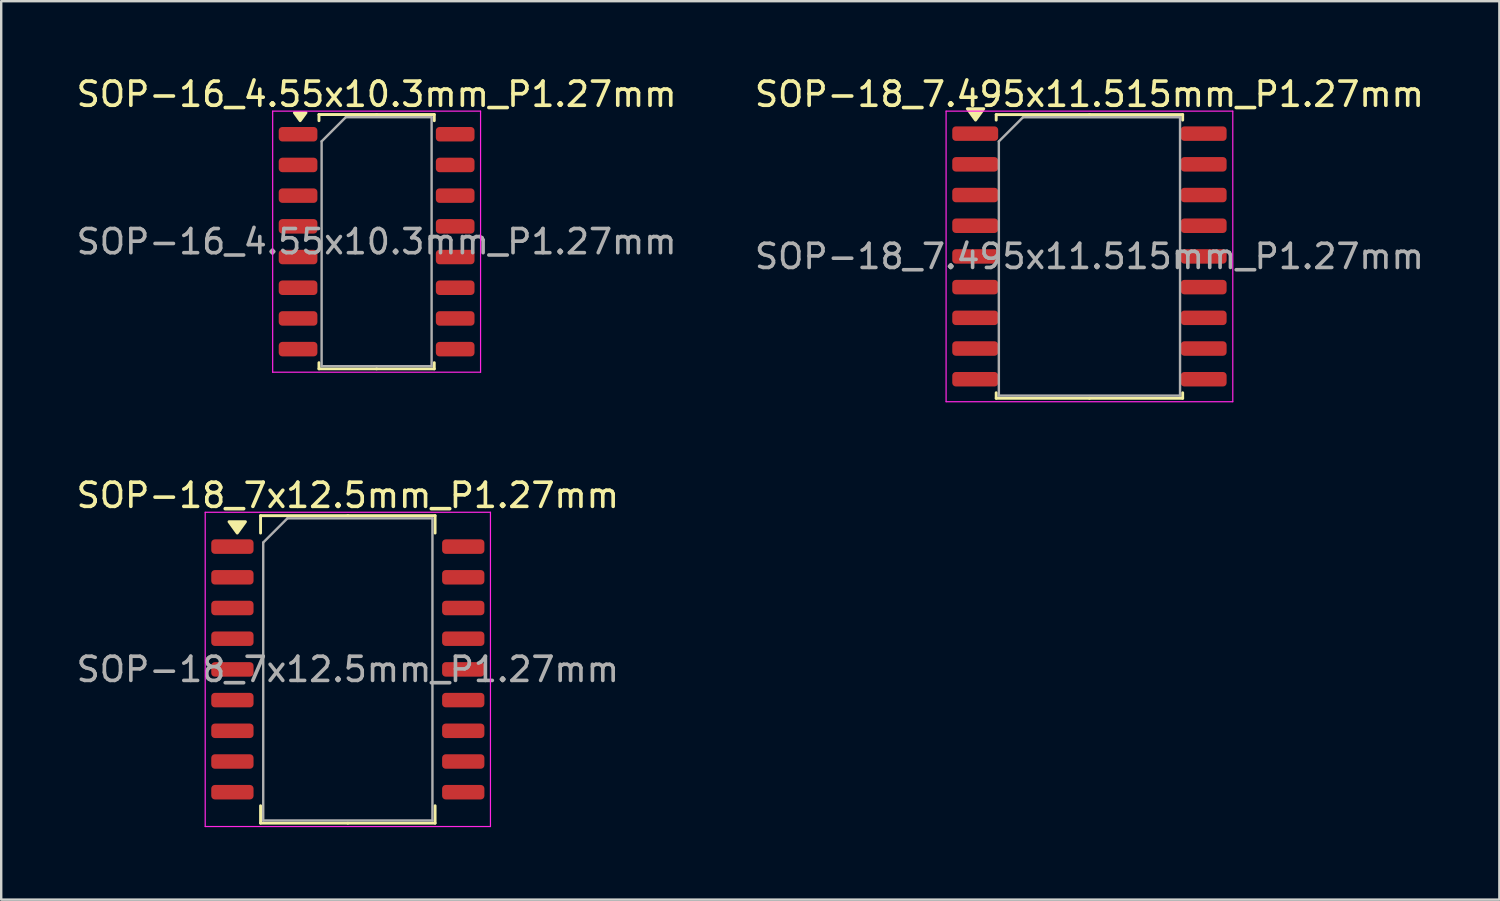
<source format=kicad_pcb>
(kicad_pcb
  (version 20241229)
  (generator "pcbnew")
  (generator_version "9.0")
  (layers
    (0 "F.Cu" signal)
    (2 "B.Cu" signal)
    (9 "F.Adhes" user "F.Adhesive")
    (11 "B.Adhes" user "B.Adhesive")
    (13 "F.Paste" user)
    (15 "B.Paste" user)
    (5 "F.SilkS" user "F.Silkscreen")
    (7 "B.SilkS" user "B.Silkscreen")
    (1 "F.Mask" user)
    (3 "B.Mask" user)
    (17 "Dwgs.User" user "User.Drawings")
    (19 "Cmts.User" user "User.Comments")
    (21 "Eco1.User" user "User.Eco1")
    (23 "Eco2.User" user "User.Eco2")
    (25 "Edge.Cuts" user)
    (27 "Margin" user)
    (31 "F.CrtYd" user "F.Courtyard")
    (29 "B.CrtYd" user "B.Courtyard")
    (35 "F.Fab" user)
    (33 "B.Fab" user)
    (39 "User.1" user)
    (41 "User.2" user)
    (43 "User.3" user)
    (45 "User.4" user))
  (footprint "SOP-18_7.495x11.515mm_P1.27mm"
    (layer "F.Cu")
    (at 42.018 7.558)
    (property "Reference" "SOP-18_7.495x11.515mm_P1.27mm" (at 0 -6.71 0) (layer "F.SilkS") (effects (font (size 1 1) (thickness 0.15))))
    (attr smd)
    (fp_line (start -3.857 -5.867) (end -3.857 -5.64) (stroke (width 0.12) (type solid)) (layer "F.SilkS"))
    (fp_line (start -3.857 5.867) (end -3.857 5.64) (stroke (width 0.12) (type solid)) (layer "F.SilkS"))
    (fp_line (start 0 -5.867) (end -3.857 -5.867) (stroke (width 0.12) (type solid)) (layer "F.SilkS"))
    (fp_line (start 0 -5.867) (end 3.857 -5.867) (stroke (width 0.12) (type solid)) (layer "F.SilkS"))
    (fp_line (start 0 5.867) (end -3.857 5.867) (stroke (width 0.12) (type solid)) (layer "F.SilkS"))
    (fp_line (start 0 5.867) (end 3.857 5.867) (stroke (width 0.12) (type solid)) (layer "F.SilkS"))
    (fp_line (start 3.857 -5.867) (end 3.857 -5.64) (stroke (width 0.12) (type solid)) (layer "F.SilkS"))
    (fp_line (start 3.857 5.867) (end 3.857 5.64) (stroke (width 0.12) (type solid)) (layer "F.SilkS"))
    (fp_poly (pts (xy -4.711 -5.64) (xy -5.051 -6.11) (xy -4.371 -6.11) (xy -4.711 -5.64)) (stroke (width 0.12) (type solid)) (fill yes) (layer "F.SilkS"))
    (fp_line (start -5.93 -6.01) (end -5.93 6.01) (stroke (width 0.05) (type solid)) (layer "F.CrtYd"))
    (fp_line (start -5.93 6.01) (end 5.93 6.01) (stroke (width 0.05) (type solid)) (layer "F.CrtYd"))
    (fp_line (start 5.93 -6.01) (end -5.93 -6.01) (stroke (width 0.05) (type solid)) (layer "F.CrtYd"))
    (fp_line (start 5.93 6.01) (end 5.93 -6.01) (stroke (width 0.05) (type solid)) (layer "F.CrtYd"))
    (fp_line (start -3.748 -4.758) (end -2.748 -5.758) (stroke (width 0.1) (type solid)) (layer "F.Fab"))
    (fp_line (start -3.748 5.758) (end -3.748 -4.758) (stroke (width 0.1) (type solid)) (layer "F.Fab"))
    (fp_line (start -2.748 -5.758) (end 3.748 -5.758) (stroke (width 0.1) (type solid)) (layer "F.Fab"))
    (fp_line (start 3.748 -5.758) (end 3.748 5.758) (stroke (width 0.1) (type solid)) (layer "F.Fab"))
    (fp_line (start 3.748 5.758) (end -3.748 5.758) (stroke (width 0.1) (type solid)) (layer "F.Fab"))
    (fp_text user "${REFERENCE}" (at 0 0 0) (layer "F.Fab") (effects (font (size 1 1) (thickness 0.15))))
    (pad "1" smd roundrect (at -4.725 -5.08) (size 1.9 0.6) (layers "F.Cu" "F.Mask" "F.Paste") (roundrect_rratio 0.25))
    (pad "2" smd roundrect (at -4.725 -3.81) (size 1.9 0.6) (layers "F.Cu" "F.Mask" "F.Paste") (roundrect_rratio 0.25))
    (pad "3" smd roundrect (at -4.725 -2.54) (size 1.9 0.6) (layers "F.Cu" "F.Mask" "F.Paste") (roundrect_rratio 0.25))
    (pad "4" smd roundrect (at -4.725 -1.27) (size 1.9 0.6) (layers "F.Cu" "F.Mask" "F.Paste") (roundrect_rratio 0.25))
    (pad "5" smd roundrect (at -4.725 0) (size 1.9 0.6) (layers "F.Cu" "F.Mask" "F.Paste") (roundrect_rratio 0.25))
    (pad "6" smd roundrect (at -4.725 1.27) (size 1.9 0.6) (layers "F.Cu" "F.Mask" "F.Paste") (roundrect_rratio 0.25))
    (pad "7" smd roundrect (at -4.725 2.54) (size 1.9 0.6) (layers "F.Cu" "F.Mask" "F.Paste") (roundrect_rratio 0.25))
    (pad "8" smd roundrect (at -4.725 3.81) (size 1.9 0.6) (layers "F.Cu" "F.Mask" "F.Paste") (roundrect_rratio 0.25))
    (pad "9" smd roundrect (at -4.725 5.08) (size 1.9 0.6) (layers "F.Cu" "F.Mask" "F.Paste") (roundrect_rratio 0.25))
    (pad "10" smd roundrect (at 4.725 5.08) (size 1.9 0.6) (layers "F.Cu" "F.Mask" "F.Paste") (roundrect_rratio 0.25))
    (pad "11" smd roundrect (at 4.725 3.81) (size 1.9 0.6) (layers "F.Cu" "F.Mask" "F.Paste") (roundrect_rratio 0.25))
    (pad "12" smd roundrect (at 4.725 2.54) (size 1.9 0.6) (layers "F.Cu" "F.Mask" "F.Paste") (roundrect_rratio 0.25))
    (pad "13" smd roundrect (at 4.725 1.27) (size 1.9 0.6) (layers "F.Cu" "F.Mask" "F.Paste") (roundrect_rratio 0.25))
    (pad "14" smd roundrect (at 4.725 0) (size 1.9 0.6) (layers "F.Cu" "F.Mask" "F.Paste") (roundrect_rratio 0.25))
    (pad "15" smd roundrect (at 4.725 -1.27) (size 1.9 0.6) (layers "F.Cu" "F.Mask" "F.Paste") (roundrect_rratio 0.25))
    (pad "16" smd roundrect (at 4.725 -2.54) (size 1.9 0.6) (layers "F.Cu" "F.Mask" "F.Paste") (roundrect_rratio 0.25))
    (pad "17" smd roundrect (at 4.725 -3.81) (size 1.9 0.6) (layers "F.Cu" "F.Mask" "F.Paste") (roundrect_rratio 0.25))
    (pad "18" smd roundrect (at 4.725 -5.08) (size 1.9 0.6) (layers "F.Cu" "F.Mask" "F.Paste") (roundrect_rratio 0.25)))
  (footprint "SOP-16_4.55x10.3mm_P1.27mm"
    (layer "F.Cu")
    (at 12.53 6.948)
    (property "Reference" "SOP-16_4.55x10.3mm_P1.27mm" (at 0 -6.1 0) (layer "F.SilkS") (effects (font (size 1 1) (thickness 0.15))))
    (attr smd)
    (fp_line (start -2.385 -5.26) (end -2.385 -5.005) (stroke (width 0.12) (type solid)) (layer "F.SilkS"))
    (fp_line (start -2.385 5.26) (end -2.385 5.005) (stroke (width 0.12) (type solid)) (layer "F.SilkS"))
    (fp_line (start 0 -5.26) (end -2.385 -5.26) (stroke (width 0.12) (type solid)) (layer "F.SilkS"))
    (fp_line (start 0 -5.26) (end 2.385 -5.26) (stroke (width 0.12) (type solid)) (layer "F.SilkS"))
    (fp_line (start 0 5.26) (end -2.385 5.26) (stroke (width 0.12) (type solid)) (layer "F.SilkS"))
    (fp_line (start 0 5.26) (end 2.385 5.26) (stroke (width 0.12) (type solid)) (layer "F.SilkS"))
    (fp_line (start 2.385 -5.26) (end 2.385 -5.005) (stroke (width 0.12) (type solid)) (layer "F.SilkS"))
    (fp_line (start 2.385 5.26) (end 2.385 5.005) (stroke (width 0.12) (type solid)) (layer "F.SilkS"))
    (fp_poly (pts (xy -3.163 -5.005) (xy -3.402 -5.335) (xy -2.922 -5.335) (xy -3.163 -5.005)) (stroke (width 0.12) (type solid)) (fill yes) (layer "F.SilkS"))
    (fp_line (start -4.3 -5.4) (end -4.3 5.4) (stroke (width 0.05) (type solid)) (layer "F.CrtYd"))
    (fp_line (start -4.3 5.4) (end 4.3 5.4) (stroke (width 0.05) (type solid)) (layer "F.CrtYd"))
    (fp_line (start 4.3 -5.4) (end -4.3 -5.4) (stroke (width 0.05) (type solid)) (layer "F.CrtYd"))
    (fp_line (start 4.3 5.4) (end 4.3 -5.4) (stroke (width 0.05) (type solid)) (layer "F.CrtYd"))
    (fp_line (start -2.275 -4.15) (end -1.275 -5.15) (stroke (width 0.1) (type solid)) (layer "F.Fab"))
    (fp_line (start -2.275 5.15) (end -2.275 -4.15) (stroke (width 0.1) (type solid)) (layer "F.Fab"))
    (fp_line (start -1.275 -5.15) (end 2.275 -5.15) (stroke (width 0.1) (type solid)) (layer "F.Fab"))
    (fp_line (start 2.275 -5.15) (end 2.275 5.15) (stroke (width 0.1) (type solid)) (layer "F.Fab"))
    (fp_line (start 2.275 5.15) (end -2.275 5.15) (stroke (width 0.1) (type solid)) (layer "F.Fab"))
    (fp_text user "${REFERENCE}" (at 0 0 0) (layer "F.Fab") (effects (font (size 1 1) (thickness 0.15))))
    (pad "1" smd roundrect (at -3.25 -4.445) (size 1.6 0.6) (layers "F.Cu" "F.Mask" "F.Paste") (roundrect_rratio 0.25))
    (pad "2" smd roundrect (at -3.25 -3.175) (size 1.6 0.6) (layers "F.Cu" "F.Mask" "F.Paste") (roundrect_rratio 0.25))
    (pad "3" smd roundrect (at -3.25 -1.905) (size 1.6 0.6) (layers "F.Cu" "F.Mask" "F.Paste") (roundrect_rratio 0.25))
    (pad "4" smd roundrect (at -3.25 -0.635) (size 1.6 0.6) (layers "F.Cu" "F.Mask" "F.Paste") (roundrect_rratio 0.25))
    (pad "5" smd roundrect (at -3.25 0.635) (size 1.6 0.6) (layers "F.Cu" "F.Mask" "F.Paste") (roundrect_rratio 0.25))
    (pad "6" smd roundrect (at -3.25 1.905) (size 1.6 0.6) (layers "F.Cu" "F.Mask" "F.Paste") (roundrect_rratio 0.25))
    (pad "7" smd roundrect (at -3.25 3.175) (size 1.6 0.6) (layers "F.Cu" "F.Mask" "F.Paste") (roundrect_rratio 0.25))
    (pad "8" smd roundrect (at -3.25 4.445) (size 1.6 0.6) (layers "F.Cu" "F.Mask" "F.Paste") (roundrect_rratio 0.25))
    (pad "9" smd roundrect (at 3.25 4.445) (size 1.6 0.6) (layers "F.Cu" "F.Mask" "F.Paste") (roundrect_rratio 0.25))
    (pad "10" smd roundrect (at 3.25 3.175) (size 1.6 0.6) (layers "F.Cu" "F.Mask" "F.Paste") (roundrect_rratio 0.25))
    (pad "11" smd roundrect (at 3.25 1.905) (size 1.6 0.6) (layers "F.Cu" "F.Mask" "F.Paste") (roundrect_rratio 0.25))
    (pad "12" smd roundrect (at 3.25 0.635) (size 1.6 0.6) (layers "F.Cu" "F.Mask" "F.Paste") (roundrect_rratio 0.25))
    (pad "13" smd roundrect (at 3.25 -0.635) (size 1.6 0.6) (layers "F.Cu" "F.Mask" "F.Paste") (roundrect_rratio 0.25))
    (pad "14" smd roundrect (at 3.25 -1.905) (size 1.6 0.6) (layers "F.Cu" "F.Mask" "F.Paste") (roundrect_rratio 0.25))
    (pad "15" smd roundrect (at 3.25 -3.175) (size 1.6 0.6) (layers "F.Cu" "F.Mask" "F.Paste") (roundrect_rratio 0.25))
    (pad "16" smd roundrect (at 3.25 -4.445) (size 1.6 0.6) (layers "F.Cu" "F.Mask" "F.Paste") (roundrect_rratio 0.25)))
  (footprint "SOP-18_7x12.5mm_P1.27mm"
    (layer "F.Cu")
    (at 11.339 24.642)
    (property "Reference" "SOP-18_7x12.5mm_P1.27mm" (at 0 -7.2 0) (layer "F.SilkS") (effects (font (size 1 1) (thickness 0.15))))
    (attr smd)
    (fp_line (start -3.61 -6.36) (end -3.61 -5.64) (stroke (width 0.12) (type solid)) (layer "F.SilkS"))
    (fp_line (start -3.61 6.36) (end -3.61 5.64) (stroke (width 0.12) (type solid)) (layer "F.SilkS"))
    (fp_line (start 0 -6.36) (end -3.61 -6.36) (stroke (width 0.12) (type solid)) (layer "F.SilkS"))
    (fp_line (start 0 -6.36) (end 3.61 -6.36) (stroke (width 0.12) (type solid)) (layer "F.SilkS"))
    (fp_line (start 0 6.36) (end -3.61 6.36) (stroke (width 0.12) (type solid)) (layer "F.SilkS"))
    (fp_line (start 0 6.36) (end 3.61 6.36) (stroke (width 0.12) (type solid)) (layer "F.SilkS"))
    (fp_line (start 3.61 -6.36) (end 3.61 -5.64) (stroke (width 0.12) (type solid)) (layer "F.SilkS"))
    (fp_line (start 3.61 6.36) (end 3.61 5.64) (stroke (width 0.12) (type solid)) (layer "F.SilkS"))
    (fp_poly (pts (xy -4.575 -5.64) (xy -4.915 -6.11) (xy -4.235 -6.11) (xy -4.575 -5.64)) (stroke (width 0.12) (type solid)) (fill yes) (layer "F.SilkS"))
    (fp_line (start -5.9 -6.5) (end -5.9 6.5) (stroke (width 0.05) (type solid)) (layer "F.CrtYd"))
    (fp_line (start -5.9 6.5) (end 5.9 6.5) (stroke (width 0.05) (type solid)) (layer "F.CrtYd"))
    (fp_line (start 5.9 -6.5) (end -5.9 -6.5) (stroke (width 0.05) (type solid)) (layer "F.CrtYd"))
    (fp_line (start 5.9 6.5) (end 5.9 -6.5) (stroke (width 0.05) (type solid)) (layer "F.CrtYd"))
    (fp_line (start -3.5 -5.25) (end -2.5 -6.25) (stroke (width 0.1) (type solid)) (layer "F.Fab"))
    (fp_line (start -3.5 6.25) (end -3.5 -5.25) (stroke (width 0.1) (type solid)) (layer "F.Fab"))
    (fp_line (start -2.5 -6.25) (end 3.5 -6.25) (stroke (width 0.1) (type solid)) (layer "F.Fab"))
    (fp_line (start 3.5 -6.25) (end 3.5 6.25) (stroke (width 0.1) (type solid)) (layer "F.Fab"))
    (fp_line (start 3.5 6.25) (end -3.5 6.25) (stroke (width 0.1) (type solid)) (layer "F.Fab"))
    (fp_text user "${REFERENCE}" (at 0 0 0) (layer "F.Fab") (effects (font (size 1 1) (thickness 0.15))))
    (pad "1" smd roundrect (at -4.775 -5.08) (size 1.75 0.6) (layers "F.Cu" "F.Mask" "F.Paste") (roundrect_rratio 0.25))
    (pad "2" smd roundrect (at -4.775 -3.81) (size 1.75 0.6) (layers "F.Cu" "F.Mask" "F.Paste") (roundrect_rratio 0.25))
    (pad "3" smd roundrect (at -4.775 -2.54) (size 1.75 0.6) (layers "F.Cu" "F.Mask" "F.Paste") (roundrect_rratio 0.25))
    (pad "4" smd roundrect (at -4.775 -1.27) (size 1.75 0.6) (layers "F.Cu" "F.Mask" "F.Paste") (roundrect_rratio 0.25))
    (pad "5" smd roundrect (at -4.775 0) (size 1.75 0.6) (layers "F.Cu" "F.Mask" "F.Paste") (roundrect_rratio 0.25))
    (pad "6" smd roundrect (at -4.775 1.27) (size 1.75 0.6) (layers "F.Cu" "F.Mask" "F.Paste") (roundrect_rratio 0.25))
    (pad "7" smd roundrect (at -4.775 2.54) (size 1.75 0.6) (layers "F.Cu" "F.Mask" "F.Paste") (roundrect_rratio 0.25))
    (pad "8" smd roundrect (at -4.775 3.81) (size 1.75 0.6) (layers "F.Cu" "F.Mask" "F.Paste") (roundrect_rratio 0.25))
    (pad "9" smd roundrect (at -4.775 5.08) (size 1.75 0.6) (layers "F.Cu" "F.Mask" "F.Paste") (roundrect_rratio 0.25))
    (pad "10" smd roundrect (at 4.775 5.08) (size 1.75 0.6) (layers "F.Cu" "F.Mask" "F.Paste") (roundrect_rratio 0.25))
    (pad "11" smd roundrect (at 4.775 3.81) (size 1.75 0.6) (layers "F.Cu" "F.Mask" "F.Paste") (roundrect_rratio 0.25))
    (pad "12" smd roundrect (at 4.775 2.54) (size 1.75 0.6) (layers "F.Cu" "F.Mask" "F.Paste") (roundrect_rratio 0.25))
    (pad "13" smd roundrect (at 4.775 1.27) (size 1.75 0.6) (layers "F.Cu" "F.Mask" "F.Paste") (roundrect_rratio 0.25))
    (pad "14" smd roundrect (at 4.775 0) (size 1.75 0.6) (layers "F.Cu" "F.Mask" "F.Paste") (roundrect_rratio 0.25))
    (pad "15" smd roundrect (at 4.775 -1.27) (size 1.75 0.6) (layers "F.Cu" "F.Mask" "F.Paste") (roundrect_rratio 0.25))
    (pad "16" smd roundrect (at 4.775 -2.54) (size 1.75 0.6) (layers "F.Cu" "F.Mask" "F.Paste") (roundrect_rratio 0.25))
    (pad "17" smd roundrect (at 4.775 -3.81) (size 1.75 0.6) (layers "F.Cu" "F.Mask" "F.Paste") (roundrect_rratio 0.25))
    (pad "18" smd roundrect (at 4.775 -5.08) (size 1.75 0.6) (layers "F.Cu" "F.Mask" "F.Paste") (roundrect_rratio 0.25)))
  (gr_rect
    (start -3 -3)
    (end 58.976 34.166)
    (stroke (width 0.1) (type default))
    (fill no)
    (layer "Edge.Cuts")))
</source>
